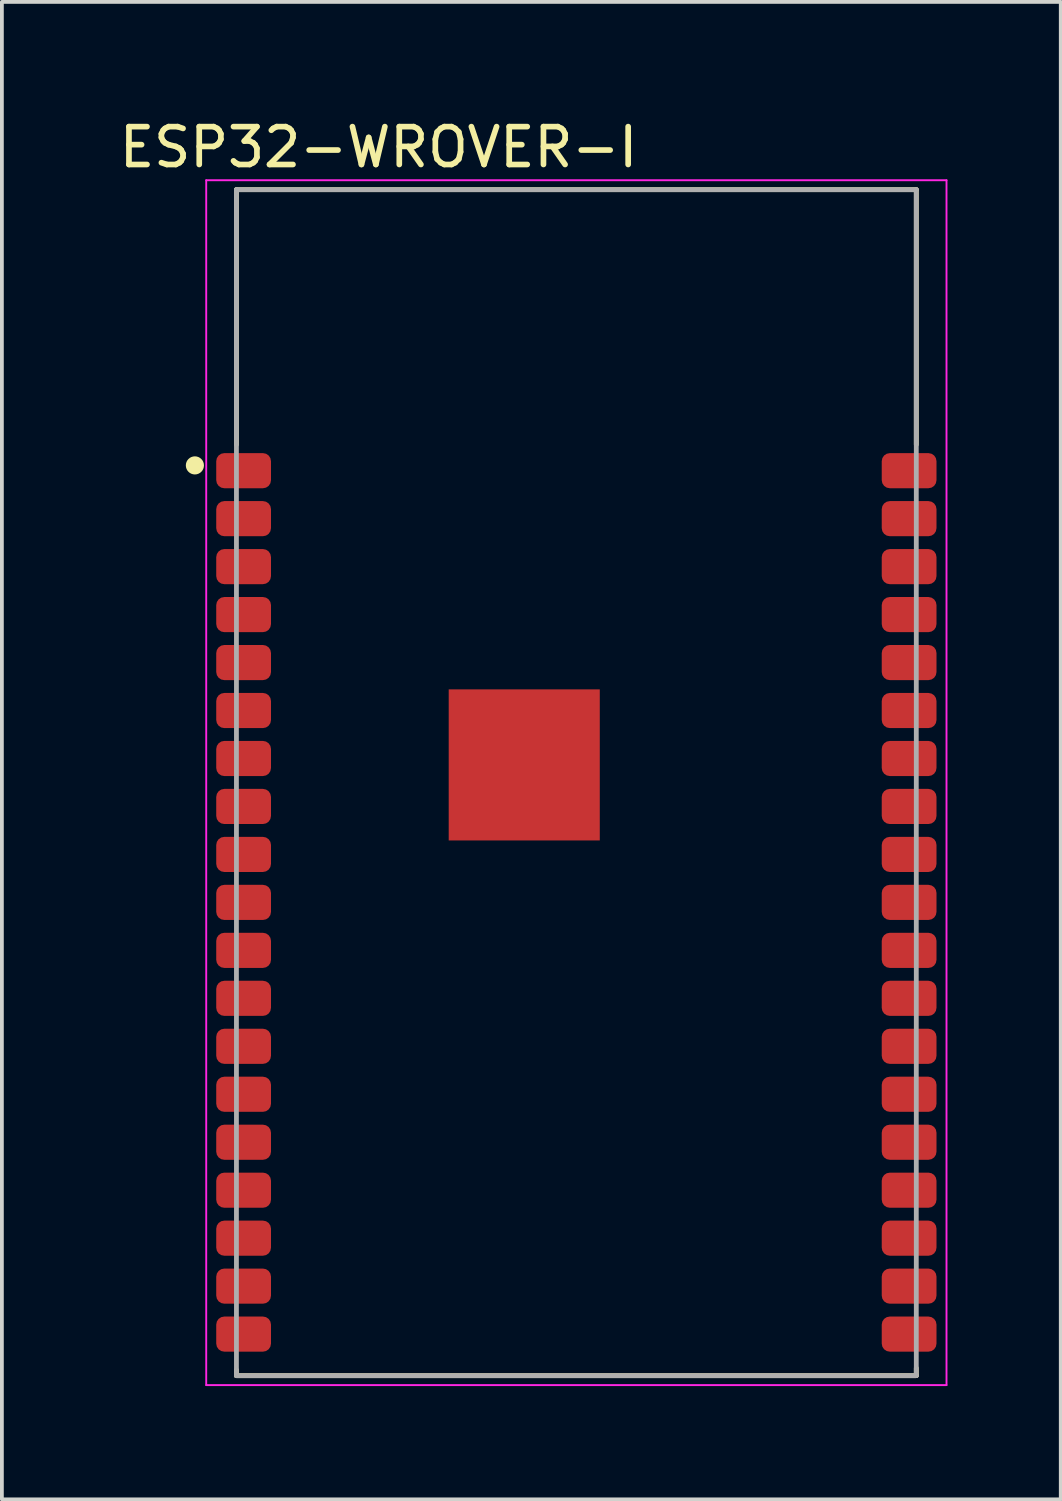
<source format=kicad_pcb>
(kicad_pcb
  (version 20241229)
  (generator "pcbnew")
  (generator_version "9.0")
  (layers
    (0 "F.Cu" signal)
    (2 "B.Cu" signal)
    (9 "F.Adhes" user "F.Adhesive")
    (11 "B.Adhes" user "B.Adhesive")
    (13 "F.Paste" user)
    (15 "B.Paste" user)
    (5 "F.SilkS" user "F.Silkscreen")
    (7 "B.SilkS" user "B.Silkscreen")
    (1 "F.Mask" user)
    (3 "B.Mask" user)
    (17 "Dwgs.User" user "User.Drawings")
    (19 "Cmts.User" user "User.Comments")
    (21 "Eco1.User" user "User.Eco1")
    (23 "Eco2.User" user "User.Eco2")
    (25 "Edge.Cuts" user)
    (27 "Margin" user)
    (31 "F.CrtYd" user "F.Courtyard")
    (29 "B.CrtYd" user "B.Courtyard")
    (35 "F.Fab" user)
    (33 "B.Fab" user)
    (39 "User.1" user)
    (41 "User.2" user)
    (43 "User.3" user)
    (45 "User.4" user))
  (footprint "ESP32-WROVER-I"
    (layer "F.Cu")
    (at 12.21 17.672)
    (property "Reference" "ESP32-WROVER-I" (at -5.237 -16.823 0) (layer "F.SilkS") (effects (font (size 1.002 1.002) (thickness 0.15))))
    (attr through_hole)
    (fp_line (start -9 -15.7) (end 9 -15.7) (stroke (width 0.127) (type solid)) (layer "F.SilkS"))
    (fp_line (start -9 -8.95) (end -9 -15.7) (stroke (width 0.127) (type solid)) (layer "F.SilkS"))
    (fp_line (start -9 15.55) (end -9 15.7) (stroke (width 0.127) (type solid)) (layer "F.SilkS"))
    (fp_line (start -9 15.7) (end 9 15.7) (stroke (width 0.127) (type solid)) (layer "F.SilkS"))
    (fp_line (start 9 -15.7) (end 9 -8.95) (stroke (width 0.127) (type solid)) (layer "F.SilkS"))
    (fp_line (start 9 15.7) (end 9 15.5) (stroke (width 0.127) (type solid)) (layer "F.SilkS"))
    (fp_circle (center -10.1 -8.4) (end -9.98 -8.4) (stroke (width 0.24) (type solid)) (fill no) (layer "F.SilkS"))
    (fp_poly (pts (xy -2.648 -1.735) (xy -0.115 -1.735) (xy -0.115 0.796) (xy -2.648 0.796)) (stroke (width 0.01) (type solid)) (fill yes) (layer "F.Paste"))
    (fp_line (start -9.8 -15.95) (end 9.8 -15.95) (stroke (width 0.05) (type solid)) (layer "F.CrtYd"))
    (fp_line (start -9.8 15.95) (end -9.8 -15.95) (stroke (width 0.05) (type solid)) (layer "F.CrtYd"))
    (fp_line (start 9.8 -15.95) (end 9.8 15.95) (stroke (width 0.05) (type solid)) (layer "F.CrtYd"))
    (fp_line (start 9.8 15.95) (end -9.8 15.95) (stroke (width 0.05) (type solid)) (layer "F.CrtYd"))
    (fp_line (start -9 -15.7) (end 9 -15.7) (stroke (width 0.127) (type solid)) (layer "F.Fab"))
    (fp_line (start -9 15.7) (end -9 -15.7) (stroke (width 0.127) (type solid)) (layer "F.Fab"))
    (fp_line (start 9 -15.7) (end 9 15.7) (stroke (width 0.127) (type solid)) (layer "F.Fab"))
    (fp_line (start 9 15.7) (end -9 15.7) (stroke (width 0.127) (type solid)) (layer "F.Fab"))
    (pad "1" smd roundrect (at -8.81 -8.26) (size 1.45 0.93) (layers "F.Cu" "F.Mask" "F.Paste") (roundrect_rratio 0.23))
    (pad "2" smd roundrect (at -8.81 -6.99) (size 1.45 0.93) (layers "F.Cu" "F.Mask" "F.Paste") (roundrect_rratio 0.23))
    (pad "3" smd roundrect (at -8.81 -5.72) (size 1.45 0.93) (layers "F.Cu" "F.Mask" "F.Paste") (roundrect_rratio 0.23))
    (pad "4" smd roundrect (at -8.81 -4.45) (size 1.45 0.93) (layers "F.Cu" "F.Mask" "F.Paste") (roundrect_rratio 0.23))
    (pad "5" smd roundrect (at -8.81 -3.18) (size 1.45 0.93) (layers "F.Cu" "F.Mask" "F.Paste") (roundrect_rratio 0.23))
    (pad "6" smd roundrect (at -8.81 -1.91) (size 1.45 0.93) (layers "F.Cu" "F.Mask" "F.Paste") (roundrect_rratio 0.23))
    (pad "7" smd roundrect (at -8.81 -0.64) (size 1.45 0.93) (layers "F.Cu" "F.Mask" "F.Paste") (roundrect_rratio 0.23))
    (pad "8" smd roundrect (at -8.81 0.63) (size 1.45 0.93) (layers "F.Cu" "F.Mask" "F.Paste") (roundrect_rratio 0.23))
    (pad "9" smd roundrect (at -8.81 1.9) (size 1.45 0.93) (layers "F.Cu" "F.Mask" "F.Paste") (roundrect_rratio 0.23))
    (pad "10" smd roundrect (at -8.81 3.17) (size 1.45 0.93) (layers "F.Cu" "F.Mask" "F.Paste") (roundrect_rratio 0.23))
    (pad "11" smd roundrect (at -8.81 4.44) (size 1.45 0.93) (layers "F.Cu" "F.Mask" "F.Paste") (roundrect_rratio 0.23))
    (pad "12" smd roundrect (at -8.81 5.71) (size 1.45 0.93) (layers "F.Cu" "F.Mask" "F.Paste") (roundrect_rratio 0.23))
    (pad "13" smd roundrect (at -8.81 6.98) (size 1.45 0.93) (layers "F.Cu" "F.Mask" "F.Paste") (roundrect_rratio 0.23))
    (pad "14" smd roundrect (at -8.81 8.25) (size 1.45 0.93) (layers "F.Cu" "F.Mask" "F.Paste") (roundrect_rratio 0.23))
    (pad "15" smd roundrect (at -8.81 9.52) (size 1.45 0.93) (layers "F.Cu" "F.Mask" "F.Paste") (roundrect_rratio 0.23))
    (pad "16" smd roundrect (at -8.81 10.79) (size 1.45 0.93) (layers "F.Cu" "F.Mask" "F.Paste") (roundrect_rratio 0.23))
    (pad "17" smd roundrect (at -8.81 12.06) (size 1.45 0.93) (layers "F.Cu" "F.Mask" "F.Paste") (roundrect_rratio 0.23))
    (pad "18" smd roundrect (at -8.81 13.33) (size 1.45 0.93) (layers "F.Cu" "F.Mask" "F.Paste") (roundrect_rratio 0.23))
    (pad "19" smd roundrect (at -8.81 14.6) (size 1.45 0.93) (layers "F.Cu" "F.Mask" "F.Paste") (roundrect_rratio 0.23))
    (pad "20" smd roundrect (at 8.81 14.6 180) (size 1.45 0.93) (layers "F.Cu" "F.Mask" "F.Paste") (roundrect_rratio 0.23))
    (pad "21" smd roundrect (at 8.81 13.33 180) (size 1.45 0.93) (layers "F.Cu" "F.Mask" "F.Paste") (roundrect_rratio 0.23))
    (pad "22" smd roundrect (at 8.81 12.06 180) (size 1.45 0.93) (layers "F.Cu" "F.Mask" "F.Paste") (roundrect_rratio 0.23))
    (pad "23" smd roundrect (at 8.81 10.79 180) (size 1.45 0.93) (layers "F.Cu" "F.Mask" "F.Paste") (roundrect_rratio 0.23))
    (pad "24" smd roundrect (at 8.81 9.52 180) (size 1.45 0.93) (layers "F.Cu" "F.Mask" "F.Paste") (roundrect_rratio 0.23))
    (pad "25" smd roundrect (at 8.81 8.25 180) (size 1.45 0.93) (layers "F.Cu" "F.Mask" "F.Paste") (roundrect_rratio 0.23))
    (pad "26" smd roundrect (at 8.81 6.98 180) (size 1.45 0.93) (layers "F.Cu" "F.Mask" "F.Paste") (roundrect_rratio 0.23))
    (pad "27" smd roundrect (at 8.81 5.71 180) (size 1.45 0.93) (layers "F.Cu" "F.Mask" "F.Paste") (roundrect_rratio 0.23))
    (pad "28" smd roundrect (at 8.81 4.44 180) (size 1.45 0.93) (layers "F.Cu" "F.Mask" "F.Paste") (roundrect_rratio 0.23))
    (pad "29" smd roundrect (at 8.81 3.17 180) (size 1.45 0.93) (layers "F.Cu" "F.Mask" "F.Paste") (roundrect_rratio 0.23))
    (pad "30" smd roundrect (at 8.81 1.9 180) (size 1.45 0.93) (layers "F.Cu" "F.Mask" "F.Paste") (roundrect_rratio 0.23))
    (pad "31" smd roundrect (at 8.81 0.63 180) (size 1.45 0.93) (layers "F.Cu" "F.Mask" "F.Paste") (roundrect_rratio 0.23))
    (pad "32" smd roundrect (at 8.81 -0.64 180) (size 1.45 0.93) (layers "F.Cu" "F.Mask" "F.Paste") (roundrect_rratio 0.23))
    (pad "33" smd roundrect (at 8.81 -1.91 180) (size 1.45 0.93) (layers "F.Cu" "F.Mask" "F.Paste") (roundrect_rratio 0.23))
    (pad "34" smd roundrect (at 8.81 -3.18 180) (size 1.45 0.93) (layers "F.Cu" "F.Mask" "F.Paste") (roundrect_rratio 0.23))
    (pad "35" smd roundrect (at 8.81 -4.45 180) (size 1.45 0.93) (layers "F.Cu" "F.Mask" "F.Paste") (roundrect_rratio 0.23))
    (pad "36" smd roundrect (at 8.81 -5.72 180) (size 1.45 0.93) (layers "F.Cu" "F.Mask" "F.Paste") (roundrect_rratio 0.23))
    (pad "37" smd roundrect (at 8.81 -6.99 180) (size 1.45 0.93) (layers "F.Cu" "F.Mask" "F.Paste") (roundrect_rratio 0.23))
    (pad "38" smd roundrect (at 8.81 -8.26 180) (size 1.45 0.93) (layers "F.Cu" "F.Mask" "F.Paste") (roundrect_rratio 0.23))
    (pad "39" smd rect (at -1.38 -0.47) (size 4 4) (layers "F.Cu" "F.Mask"))
    (zone (net_name "") (layer "F.Cu") (hatch full 0.508) (connect_pads) (min_thickness 0.01) (filled_areas_thickness no) (keepout (tracks not_allowed) (vias not_allowed) (pads not_allowed) (copperpour not_allowed) (footprints allowed)) (placement (enabled no)) (fill) (polygon (pts (xy 3.18 1.972) (xy 21.21 1.972) (xy 21.21 8.341) (xy 3.18 8.341))))
    (zone (net_name "") (layers "F.Cu" "B.Cu") (hatch full 0.508) (connect_pads) (min_thickness 0.01) (filled_areas_thickness no) (keepout (tracks allowed) (vias not_allowed) (pads allowed) (copperpour allowed) (footprints allowed)) (placement (enabled no)) (fill) (polygon (pts (xy 3.187 1.972) (xy 21.21 1.972) (xy 21.21 8.348) (xy 3.187 8.348))))
    (zone (net_name "") (layer "B.Cu") (hatch full 0.508) (connect_pads) (min_thickness 0.01) (filled_areas_thickness no) (keepout (tracks not_allowed) (vias not_allowed) (pads not_allowed) (copperpour not_allowed) (footprints allowed)) (placement (enabled no)) (fill) (polygon (pts (xy 3.181 1.972) (xy 21.21 1.972) (xy 21.21 8.342) (xy 3.181 8.342)))))
  (gr_rect
    (start -3 -3)
    (end 25.035 36.647)
    (stroke (width 0.1) (type default))
    (fill no)
    (layer "Edge.Cuts")))
</source>
